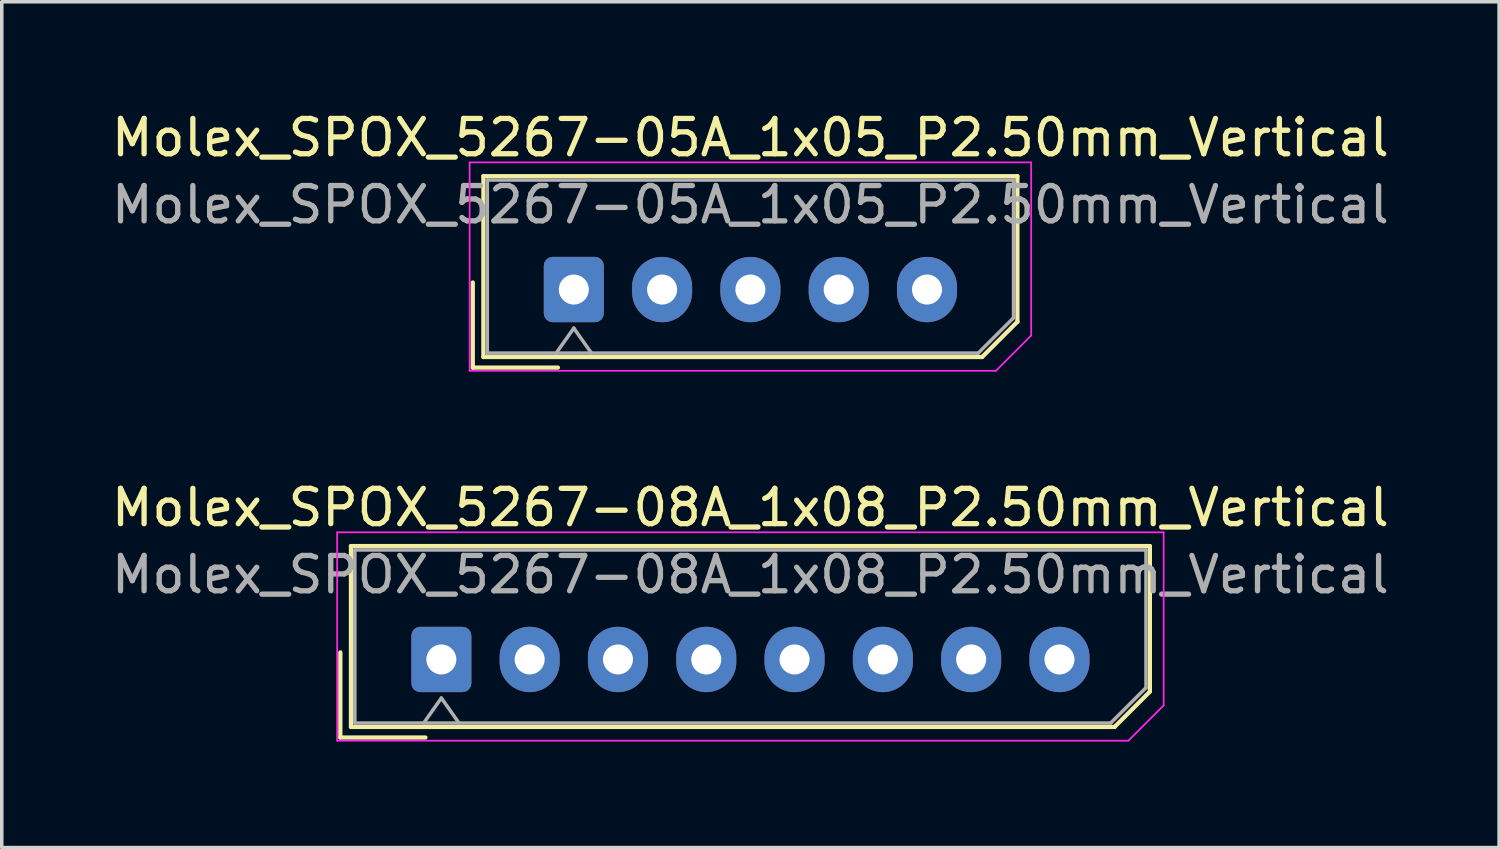
<source format=kicad_pcb>
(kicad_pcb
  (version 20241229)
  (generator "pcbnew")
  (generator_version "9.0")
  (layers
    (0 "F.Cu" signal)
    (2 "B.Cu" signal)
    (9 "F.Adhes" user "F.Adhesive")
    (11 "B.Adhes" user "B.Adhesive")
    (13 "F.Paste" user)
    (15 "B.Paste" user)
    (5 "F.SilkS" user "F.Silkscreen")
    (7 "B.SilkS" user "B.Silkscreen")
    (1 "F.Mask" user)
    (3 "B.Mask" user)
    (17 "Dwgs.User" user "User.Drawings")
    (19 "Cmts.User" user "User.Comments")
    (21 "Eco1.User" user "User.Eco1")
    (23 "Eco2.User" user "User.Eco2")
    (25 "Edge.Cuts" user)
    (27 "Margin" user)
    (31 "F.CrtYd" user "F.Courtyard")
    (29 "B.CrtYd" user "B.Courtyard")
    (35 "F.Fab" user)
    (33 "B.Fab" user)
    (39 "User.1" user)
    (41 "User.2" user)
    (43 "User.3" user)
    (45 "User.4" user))
  (footprint "Molex_SPOX_5267-08A_1x08_P2.50mm_Vertical"
    (layer "F.Cu")
    (at 9.446 15.621)
    (property "Reference" "Molex_SPOX_5267-08A_1x08_P2.50mm_Vertical" (at 8.75 -4.3 0) (layer "F.SilkS") (effects (font (size 1 1) (thickness 0.15))))
    (attr through_hole)
    (fp_line (start -2.86 -0.2) (end -2.86 2.21) (stroke (width 0.12) (type solid)) (layer "F.SilkS"))
    (fp_line (start -2.86 2.21) (end -0.45 2.21) (stroke (width 0.12) (type solid)) (layer "F.SilkS"))
    (fp_line (start -2.56 -3.21) (end -2.56 1.91) (stroke (width 0.12) (type solid)) (layer "F.SilkS"))
    (fp_line (start -2.56 1.91) (end 19.06 1.91) (stroke (width 0.12) (type solid)) (layer "F.SilkS"))
    (fp_line (start 19.06 1.91) (end 20.06 0.91) (stroke (width 0.12) (type solid)) (layer "F.SilkS"))
    (fp_line (start 20.06 -3.21) (end -2.56 -3.21) (stroke (width 0.12) (type solid)) (layer "F.SilkS"))
    (fp_line (start 20.06 0.91) (end 20.06 -3.21) (stroke (width 0.12) (type solid)) (layer "F.SilkS"))
    (fp_line (start -2.95 -3.6) (end -2.95 2.3) (stroke (width 0.05) (type solid)) (layer "F.CrtYd"))
    (fp_line (start -2.95 2.3) (end 19.45 2.3) (stroke (width 0.05) (type solid)) (layer "F.CrtYd"))
    (fp_line (start 19.45 2.3) (end 20.45 1.3) (stroke (width 0.05) (type solid)) (layer "F.CrtYd"))
    (fp_line (start 20.45 -3.6) (end -2.95 -3.6) (stroke (width 0.05) (type solid)) (layer "F.CrtYd"))
    (fp_line (start 20.45 1.3) (end 20.45 -3.6) (stroke (width 0.05) (type solid)) (layer "F.CrtYd"))
    (fp_line (start -2.45 -3.1) (end -2.45 1.8) (stroke (width 0.1) (type solid)) (layer "F.Fab"))
    (fp_line (start -2.45 1.8) (end 18.95 1.8) (stroke (width 0.1) (type solid)) (layer "F.Fab"))
    (fp_line (start -0.5 1.8) (end 0 1.093) (stroke (width 0.1) (type solid)) (layer "F.Fab"))
    (fp_line (start 0 1.093) (end 0.5 1.8) (stroke (width 0.1) (type solid)) (layer "F.Fab"))
    (fp_line (start 18.95 1.8) (end 19.95 0.8) (stroke (width 0.1) (type solid)) (layer "F.Fab"))
    (fp_line (start 19.95 -3.1) (end -2.45 -3.1) (stroke (width 0.1) (type solid)) (layer "F.Fab"))
    (fp_line (start 19.95 0.8) (end 19.95 -3.1) (stroke (width 0.1) (type solid)) (layer "F.Fab"))
    (fp_text user "${REFERENCE}" (at 8.75 -2.4 0) (layer "F.Fab") (effects (font (size 1 1) (thickness 0.15))))
    (pad "1" thru_hole roundrect (at 0 0) (size 1.7 1.85) (drill 0.85) (layers "*.Cu" "*.Mask") (roundrect_rratio 0.147))
    (pad "2" thru_hole oval (at 2.5 0) (size 1.7 1.85) (drill 0.85) (layers "*.Cu" "*.Mask"))
    (pad "3" thru_hole oval (at 5 0) (size 1.7 1.85) (drill 0.85) (layers "*.Cu" "*.Mask"))
    (pad "4" thru_hole oval (at 7.5 0) (size 1.7 1.85) (drill 0.85) (layers "*.Cu" "*.Mask"))
    (pad "5" thru_hole oval (at 10 0) (size 1.7 1.85) (drill 0.85) (layers "*.Cu" "*.Mask"))
    (pad "6" thru_hole oval (at 12.5 0) (size 1.7 1.85) (drill 0.85) (layers "*.Cu" "*.Mask"))
    (pad "7" thru_hole oval (at 15 0) (size 1.7 1.85) (drill 0.85) (layers "*.Cu" "*.Mask"))
    (pad "8" thru_hole oval (at 17.5 0) (size 1.7 1.85) (drill 0.85) (layers "*.Cu" "*.Mask")))
  (footprint "Molex_SPOX_5267-05A_1x05_P2.50mm_Vertical"
    (layer "F.Cu")
    (at 13.196 5.148)
    (property "Reference" "Molex_SPOX_5267-05A_1x05_P2.50mm_Vertical" (at 5 -4.3 0) (layer "F.SilkS") (effects (font (size 1 1) (thickness 0.15))))
    (attr through_hole)
    (fp_line (start -2.86 -0.2) (end -2.86 2.21) (stroke (width 0.12) (type solid)) (layer "F.SilkS"))
    (fp_line (start -2.86 2.21) (end -0.45 2.21) (stroke (width 0.12) (type solid)) (layer "F.SilkS"))
    (fp_line (start -2.56 -3.21) (end -2.56 1.91) (stroke (width 0.12) (type solid)) (layer "F.SilkS"))
    (fp_line (start -2.56 1.91) (end 11.56 1.91) (stroke (width 0.12) (type solid)) (layer "F.SilkS"))
    (fp_line (start 11.56 1.91) (end 12.56 0.91) (stroke (width 0.12) (type solid)) (layer "F.SilkS"))
    (fp_line (start 12.56 -3.21) (end -2.56 -3.21) (stroke (width 0.12) (type solid)) (layer "F.SilkS"))
    (fp_line (start 12.56 0.91) (end 12.56 -3.21) (stroke (width 0.12) (type solid)) (layer "F.SilkS"))
    (fp_line (start -2.95 -3.6) (end -2.95 2.3) (stroke (width 0.05) (type solid)) (layer "F.CrtYd"))
    (fp_line (start -2.95 2.3) (end 11.95 2.3) (stroke (width 0.05) (type solid)) (layer "F.CrtYd"))
    (fp_line (start 11.95 2.3) (end 12.95 1.3) (stroke (width 0.05) (type solid)) (layer "F.CrtYd"))
    (fp_line (start 12.95 -3.6) (end -2.95 -3.6) (stroke (width 0.05) (type solid)) (layer "F.CrtYd"))
    (fp_line (start 12.95 1.3) (end 12.95 -3.6) (stroke (width 0.05) (type solid)) (layer "F.CrtYd"))
    (fp_line (start -2.45 -3.1) (end -2.45 1.8) (stroke (width 0.1) (type solid)) (layer "F.Fab"))
    (fp_line (start -2.45 1.8) (end 11.45 1.8) (stroke (width 0.1) (type solid)) (layer "F.Fab"))
    (fp_line (start -0.5 1.8) (end 0 1.093) (stroke (width 0.1) (type solid)) (layer "F.Fab"))
    (fp_line (start 0 1.093) (end 0.5 1.8) (stroke (width 0.1) (type solid)) (layer "F.Fab"))
    (fp_line (start 11.45 1.8) (end 12.45 0.8) (stroke (width 0.1) (type solid)) (layer "F.Fab"))
    (fp_line (start 12.45 -3.1) (end -2.45 -3.1) (stroke (width 0.1) (type solid)) (layer "F.Fab"))
    (fp_line (start 12.45 0.8) (end 12.45 -3.1) (stroke (width 0.1) (type solid)) (layer "F.Fab"))
    (fp_text user "${REFERENCE}" (at 5 -2.4 0) (layer "F.Fab") (effects (font (size 1 1) (thickness 0.15))))
    (pad "1" thru_hole roundrect (at 0 0) (size 1.7 1.85) (drill 0.85) (layers "*.Cu" "*.Mask") (roundrect_rratio 0.147))
    (pad "2" thru_hole oval (at 2.5 0) (size 1.7 1.85) (drill 0.85) (layers "*.Cu" "*.Mask"))
    (pad "3" thru_hole oval (at 5 0) (size 1.7 1.85) (drill 0.85) (layers "*.Cu" "*.Mask"))
    (pad "4" thru_hole oval (at 7.5 0) (size 1.7 1.85) (drill 0.85) (layers "*.Cu" "*.Mask"))
    (pad "5" thru_hole oval (at 10 0) (size 1.7 1.85) (drill 0.85) (layers "*.Cu" "*.Mask")))
  (gr_rect
    (start -3 -3)
    (end 39.393 20.947)
    (stroke (width 0.1) (type default))
    (fill no)
    (layer "Edge.Cuts")))
</source>
